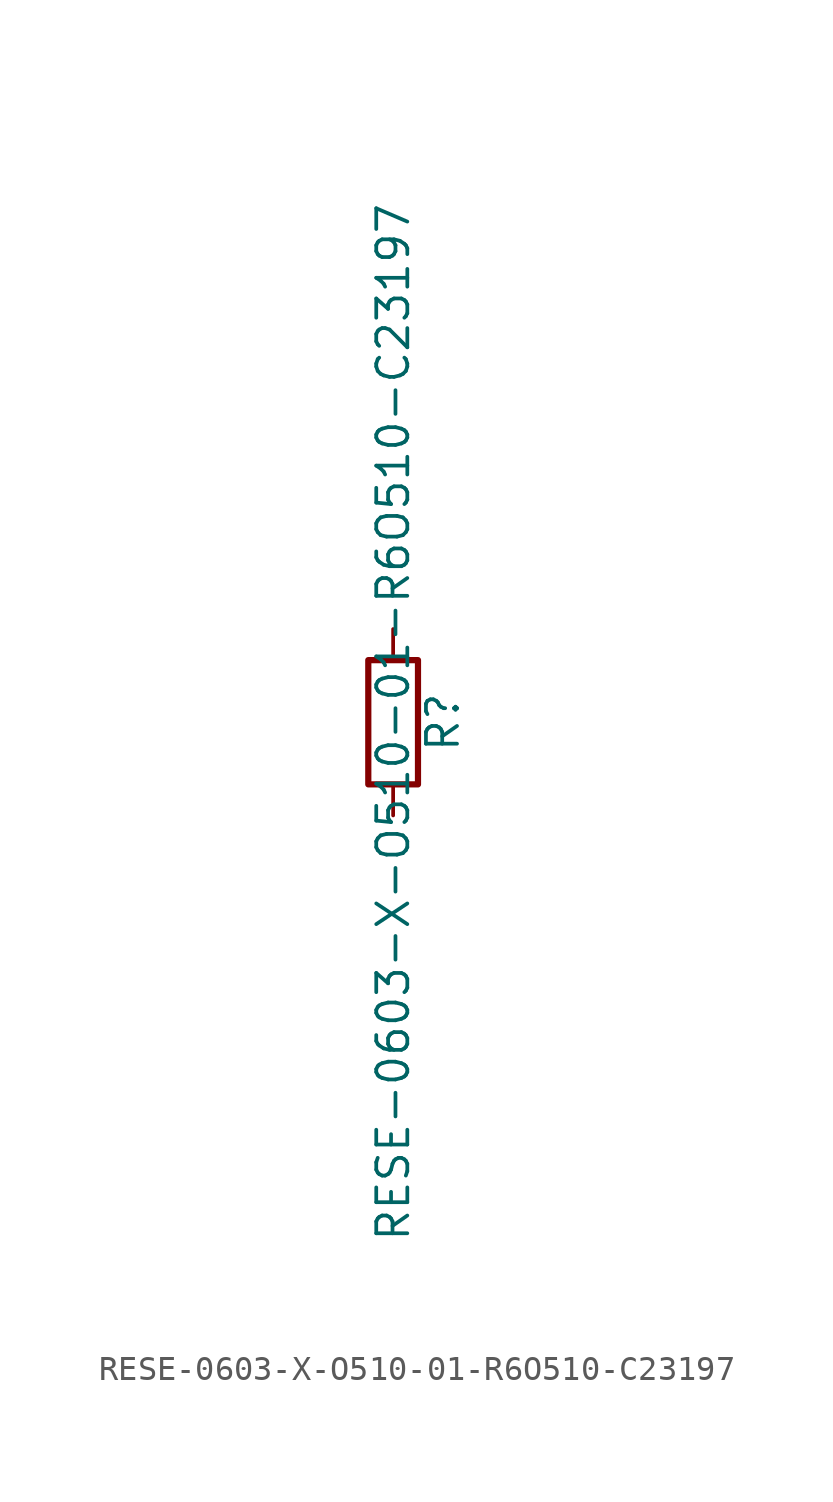
<source format=kicad_sym>
(kicad_symbol_lib
  (version 20211014)
  (generator kicad_symbol_editor)
  (symbol "RESE-0603-X-O510-01-R6O510-C23197"
    (pin_numbers hide)
    (pin_names
      (offset 0))
    (property "Reference" "R"
      (at 2.032 0 90)
      (effects (font (size 1.27 1.27))))
    (property "Value" "RESE-0603-X-O510-01-R6O510-C23197"
      (at 0 0 90)
      (effects (font (size 1.27 1.27))))
    (symbol "RESE-0603-X-O510-01-R6O510-C23197_0_1"
      (rectangle (start -1.016 -2.54) (end 1.016 2.54) (stroke (width 0.254) (type default) (color 0 0 0 0)) (fill (type none))))
    (symbol "RESE-0603-X-O510-01-R6O510-C23197_1_1"
      (pin passive line (at 0 3.81 270) (length 1.27) (name "~" (effects (font (size 1.27 1.27)))) (number "1" (effects (font (size 1.27 1.27)))))
      (pin passive line (at 0 -3.81 90) (length 1.27) (name "~" (effects (font (size 1.27 1.27)))) (number "2" (effects (font (size 1.27 1.27))))))))
</source>
